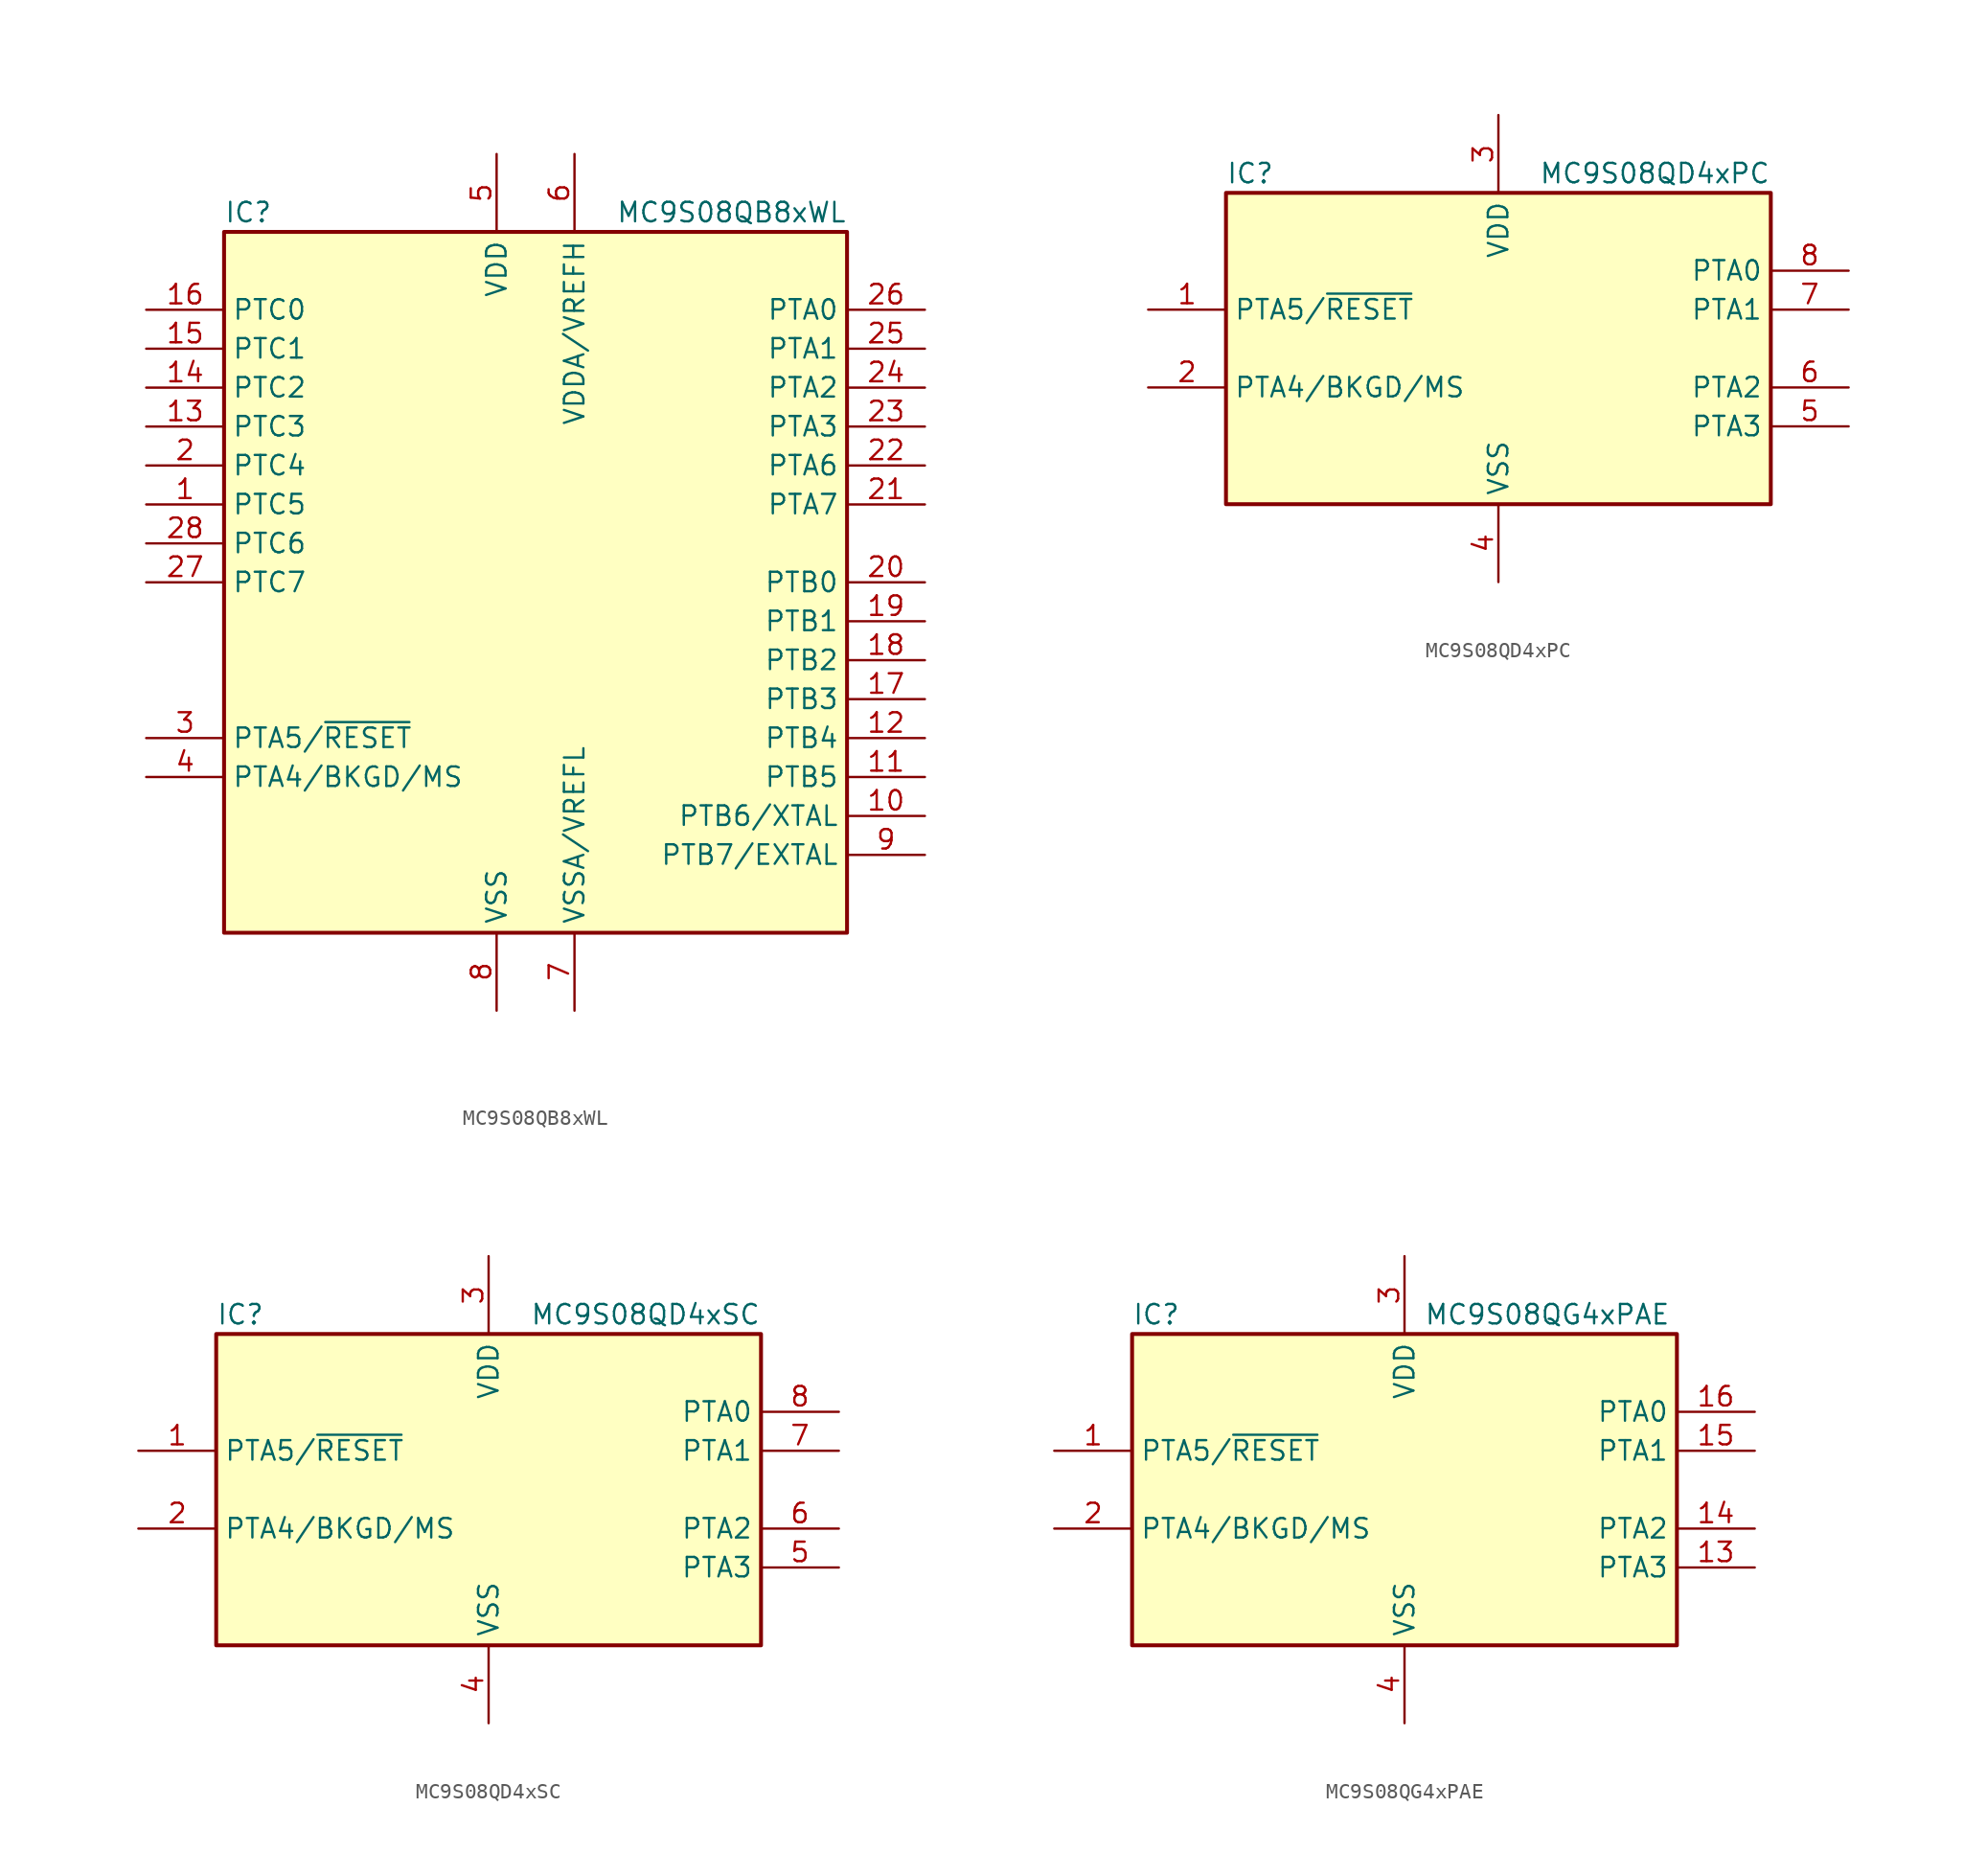
<source format=kicad_sym>
(kicad_symbol_lib
  (version 20201005)
  (generator kicad_symbol_editor)
  (symbol "MCU_NXP_S08:MC9S08QB8xWL"
    (property "Reference" "IC"
      (at -20.32 24.13 0)
      (effects (font (size 1.27 1.27)) (justify left)))
    (property "Value" "MC9S08QB8xWL"
      (at 20.32 24.13 0)
      (effects (font (size 1.27 1.27)) (justify right)))
    (symbol "MC9S08QB8xWL_0_1"
      (rectangle (start -20.32 22.86) (end 20.32 -22.86) (stroke (width 0.254)) (fill (type background))))
    (symbol "MC9S08QB8xWL_1_1"
      (pin bidirectional line (at -25.4 5.08 0) (length 5.08) (name "PTC5" (effects (font (size 1.27 1.27)))) (number "1" (effects (font (size 1.27 1.27)))))
      (pin bidirectional line (at 25.4 -15.24 180) (length 5.08) (name "PTB6/XTAL" (effects (font (size 1.27 1.27)))) (number "10" (effects (font (size 1.27 1.27)))))
      (pin bidirectional line (at 25.4 -12.7 180) (length 5.08) (name "PTB5" (effects (font (size 1.27 1.27)))) (number "11" (effects (font (size 1.27 1.27)))))
      (pin bidirectional line (at 25.4 -10.16 180) (length 5.08) (name "PTB4" (effects (font (size 1.27 1.27)))) (number "12" (effects (font (size 1.27 1.27)))))
      (pin bidirectional line (at -25.4 10.16 0) (length 5.08) (name "PTC3" (effects (font (size 1.27 1.27)))) (number "13" (effects (font (size 1.27 1.27)))))
      (pin bidirectional line (at -25.4 12.7 0) (length 5.08) (name "PTC2" (effects (font (size 1.27 1.27)))) (number "14" (effects (font (size 1.27 1.27)))))
      (pin bidirectional line (at -25.4 15.24 0) (length 5.08) (name "PTC1" (effects (font (size 1.27 1.27)))) (number "15" (effects (font (size 1.27 1.27)))))
      (pin bidirectional line (at -25.4 17.78 0) (length 5.08) (name "PTC0" (effects (font (size 1.27 1.27)))) (number "16" (effects (font (size 1.27 1.27)))))
      (pin bidirectional line (at 25.4 -7.62 180) (length 5.08) (name "PTB3" (effects (font (size 1.27 1.27)))) (number "17" (effects (font (size 1.27 1.27)))))
      (pin bidirectional line (at 25.4 -5.08 180) (length 5.08) (name "PTB2" (effects (font (size 1.27 1.27)))) (number "18" (effects (font (size 1.27 1.27)))))
      (pin bidirectional line (at 25.4 -2.54 180) (length 5.08) (name "PTB1" (effects (font (size 1.27 1.27)))) (number "19" (effects (font (size 1.27 1.27)))))
      (pin bidirectional line (at -25.4 7.62 0) (length 5.08) (name "PTC4" (effects (font (size 1.27 1.27)))) (number "2" (effects (font (size 1.27 1.27)))))
      (pin bidirectional line (at 25.4 0 180) (length 5.08) (name "PTB0" (effects (font (size 1.27 1.27)))) (number "20" (effects (font (size 1.27 1.27)))))
      (pin bidirectional line (at 25.4 5.08 180) (length 5.08) (name "PTA7" (effects (font (size 1.27 1.27)))) (number "21" (effects (font (size 1.27 1.27)))))
      (pin bidirectional line (at 25.4 7.62 180) (length 5.08) (name "PTA6" (effects (font (size 1.27 1.27)))) (number "22" (effects (font (size 1.27 1.27)))))
      (pin bidirectional line (at 25.4 10.16 180) (length 5.08) (name "PTA3" (effects (font (size 1.27 1.27)))) (number "23" (effects (font (size 1.27 1.27)))))
      (pin bidirectional line (at 25.4 12.7 180) (length 5.08) (name "PTA2" (effects (font (size 1.27 1.27)))) (number "24" (effects (font (size 1.27 1.27)))))
      (pin bidirectional line (at 25.4 15.24 180) (length 5.08) (name "PTA1" (effects (font (size 1.27 1.27)))) (number "25" (effects (font (size 1.27 1.27)))))
      (pin bidirectional line (at 25.4 17.78 180) (length 5.08) (name "PTA0" (effects (font (size 1.27 1.27)))) (number "26" (effects (font (size 1.27 1.27)))))
      (pin bidirectional line (at -25.4 0 0) (length 5.08) (name "PTC7" (effects (font (size 1.27 1.27)))) (number "27" (effects (font (size 1.27 1.27)))))
      (pin bidirectional line (at -25.4 2.54 0) (length 5.08) (name "PTC6" (effects (font (size 1.27 1.27)))) (number "28" (effects (font (size 1.27 1.27)))))
      (pin bidirectional line (at -25.4 -10.16 0) (length 5.08) (name "PTA5/~RESET" (effects (font (size 1.27 1.27)))) (number "3" (effects (font (size 1.27 1.27)))))
      (pin bidirectional line (at -25.4 -12.7 0) (length 5.08) (name "PTA4/BKGD/MS" (effects (font (size 1.27 1.27)))) (number "4" (effects (font (size 1.27 1.27)))))
      (pin power_in line (at -2.54 27.94 270) (length 5.08) (name "VDD" (effects (font (size 1.27 1.27)))) (number "5" (effects (font (size 1.27 1.27)))))
      (pin power_in line (at 2.54 27.94 270) (length 5.08) (name "VDDA/VREFH" (effects (font (size 1.27 1.27)))) (number "6" (effects (font (size 1.27 1.27)))))
      (pin power_in line (at 2.54 -27.94 90) (length 5.08) (name "VSSA/VREFL" (effects (font (size 1.27 1.27)))) (number "7" (effects (font (size 1.27 1.27)))))
      (pin power_in line (at -2.54 -27.94 90) (length 5.08) (name "VSS" (effects (font (size 1.27 1.27)))) (number "8" (effects (font (size 1.27 1.27)))))
      (pin bidirectional line (at 25.4 -17.78 180) (length 5.08) (name "PTB7/EXTAL" (effects (font (size 1.27 1.27)))) (number "9" (effects (font (size 1.27 1.27)))))))
  (symbol "MCU_NXP_S08:MC9S08QD4xPC"
    (property "Reference" "IC"
      (at -17.78 11.43 0)
      (effects (font (size 1.27 1.27)) (justify left)))
    (property "Value" "MC9S08QD4xPC"
      (at 17.78 11.43 0)
      (effects (font (size 1.27 1.27)) (justify right)))
    (symbol "MC9S08QD4xPC_0_1"
      (rectangle (start -17.78 10.16) (end 17.78 -10.16) (stroke (width 0.254)) (fill (type background))))
    (symbol "MC9S08QD4xPC_1_1"
      (pin bidirectional line (at -22.86 2.54 0) (length 5.08) (name "PTA5/~RESET" (effects (font (size 1.27 1.27)))) (number "1" (effects (font (size 1.27 1.27)))))
      (pin bidirectional line (at -22.86 -2.54 0) (length 5.08) (name "PTA4/BKGD/MS" (effects (font (size 1.27 1.27)))) (number "2" (effects (font (size 1.27 1.27)))))
      (pin power_in line (at 0 15.24 270) (length 5.08) (name "VDD" (effects (font (size 1.27 1.27)))) (number "3" (effects (font (size 1.27 1.27)))))
      (pin power_in line (at 0 -15.24 90) (length 5.08) (name "VSS" (effects (font (size 1.27 1.27)))) (number "4" (effects (font (size 1.27 1.27)))))
      (pin bidirectional line (at 22.86 -5.08 180) (length 5.08) (name "PTA3" (effects (font (size 1.27 1.27)))) (number "5" (effects (font (size 1.27 1.27)))))
      (pin bidirectional line (at 22.86 -2.54 180) (length 5.08) (name "PTA2" (effects (font (size 1.27 1.27)))) (number "6" (effects (font (size 1.27 1.27)))))
      (pin bidirectional line (at 22.86 2.54 180) (length 5.08) (name "PTA1" (effects (font (size 1.27 1.27)))) (number "7" (effects (font (size 1.27 1.27)))))
      (pin bidirectional line (at 22.86 5.08 180) (length 5.08) (name "PTA0" (effects (font (size 1.27 1.27)))) (number "8" (effects (font (size 1.27 1.27)))))))
  (symbol "MCU_NXP_S08:MC9S08QD4xSC"
    (property "Reference" "IC"
      (at -17.78 11.43 0)
      (effects (font (size 1.27 1.27)) (justify left)))
    (property "Value" "MC9S08QD4xSC"
      (at 17.78 11.43 0)
      (effects (font (size 1.27 1.27)) (justify right)))
    (symbol "MC9S08QD4xSC_0_1"
      (rectangle (start -17.78 10.16) (end 17.78 -10.16) (stroke (width 0.254)) (fill (type background))))
    (symbol "MC9S08QD4xSC_1_1"
      (pin bidirectional line (at -22.86 2.54 0) (length 5.08) (name "PTA5/~RESET" (effects (font (size 1.27 1.27)))) (number "1" (effects (font (size 1.27 1.27)))))
      (pin bidirectional line (at -22.86 -2.54 0) (length 5.08) (name "PTA4/BKGD/MS" (effects (font (size 1.27 1.27)))) (number "2" (effects (font (size 1.27 1.27)))))
      (pin power_in line (at 0 15.24 270) (length 5.08) (name "VDD" (effects (font (size 1.27 1.27)))) (number "3" (effects (font (size 1.27 1.27)))))
      (pin power_in line (at 0 -15.24 90) (length 5.08) (name "VSS" (effects (font (size 1.27 1.27)))) (number "4" (effects (font (size 1.27 1.27)))))
      (pin bidirectional line (at 22.86 -5.08 180) (length 5.08) (name "PTA3" (effects (font (size 1.27 1.27)))) (number "5" (effects (font (size 1.27 1.27)))))
      (pin bidirectional line (at 22.86 -2.54 180) (length 5.08) (name "PTA2" (effects (font (size 1.27 1.27)))) (number "6" (effects (font (size 1.27 1.27)))))
      (pin bidirectional line (at 22.86 2.54 180) (length 5.08) (name "PTA1" (effects (font (size 1.27 1.27)))) (number "7" (effects (font (size 1.27 1.27)))))
      (pin bidirectional line (at 22.86 5.08 180) (length 5.08) (name "PTA0" (effects (font (size 1.27 1.27)))) (number "8" (effects (font (size 1.27 1.27)))))))
  (symbol "MCU_NXP_S08:MC9S08QG4xPAE"
    (property "Reference" "IC"
      (at -17.78 11.43 0)
      (effects (font (size 1.27 1.27)) (justify left)))
    (property "Value" "MC9S08QG4xPAE"
      (at 1.27 11.43 0)
      (effects (font (size 1.27 1.27)) (justify left)))
    (symbol "MC9S08QG4xPAE_0_1"
      (rectangle (start -17.78 10.16) (end 17.78 -10.16) (stroke (width 0.254)) (fill (type background))))
    (symbol "MC9S08QG4xPAE_1_1"
      (pin bidirectional line (at -22.86 2.54 0) (length 5.08) (name "PTA5/~RESET" (effects (font (size 1.27 1.27)))) (number "1" (effects (font (size 1.27 1.27)))))
      (pin bidirectional line (at 22.86 -5.08 180) (length 5.08) (name "PTA3" (effects (font (size 1.27 1.27)))) (number "13" (effects (font (size 1.27 1.27)))))
      (pin bidirectional line (at 22.86 -2.54 180) (length 5.08) (name "PTA2" (effects (font (size 1.27 1.27)))) (number "14" (effects (font (size 1.27 1.27)))))
      (pin bidirectional line (at 22.86 2.54 180) (length 5.08) (name "PTA1" (effects (font (size 1.27 1.27)))) (number "15" (effects (font (size 1.27 1.27)))))
      (pin bidirectional line (at 22.86 5.08 180) (length 5.08) (name "PTA0" (effects (font (size 1.27 1.27)))) (number "16" (effects (font (size 1.27 1.27)))))
      (pin bidirectional line (at -22.86 -2.54 0) (length 5.08) (name "PTA4/BKGD/MS" (effects (font (size 1.27 1.27)))) (number "2" (effects (font (size 1.27 1.27)))))
      (pin power_in line (at 0 15.24 270) (length 5.08) (name "VDD" (effects (font (size 1.27 1.27)))) (number "3" (effects (font (size 1.27 1.27)))))
      (pin power_in line (at 0 -15.24 90) (length 5.08) (name "VSS" (effects (font (size 1.27 1.27)))) (number "4" (effects (font (size 1.27 1.27))))))))
</source>
